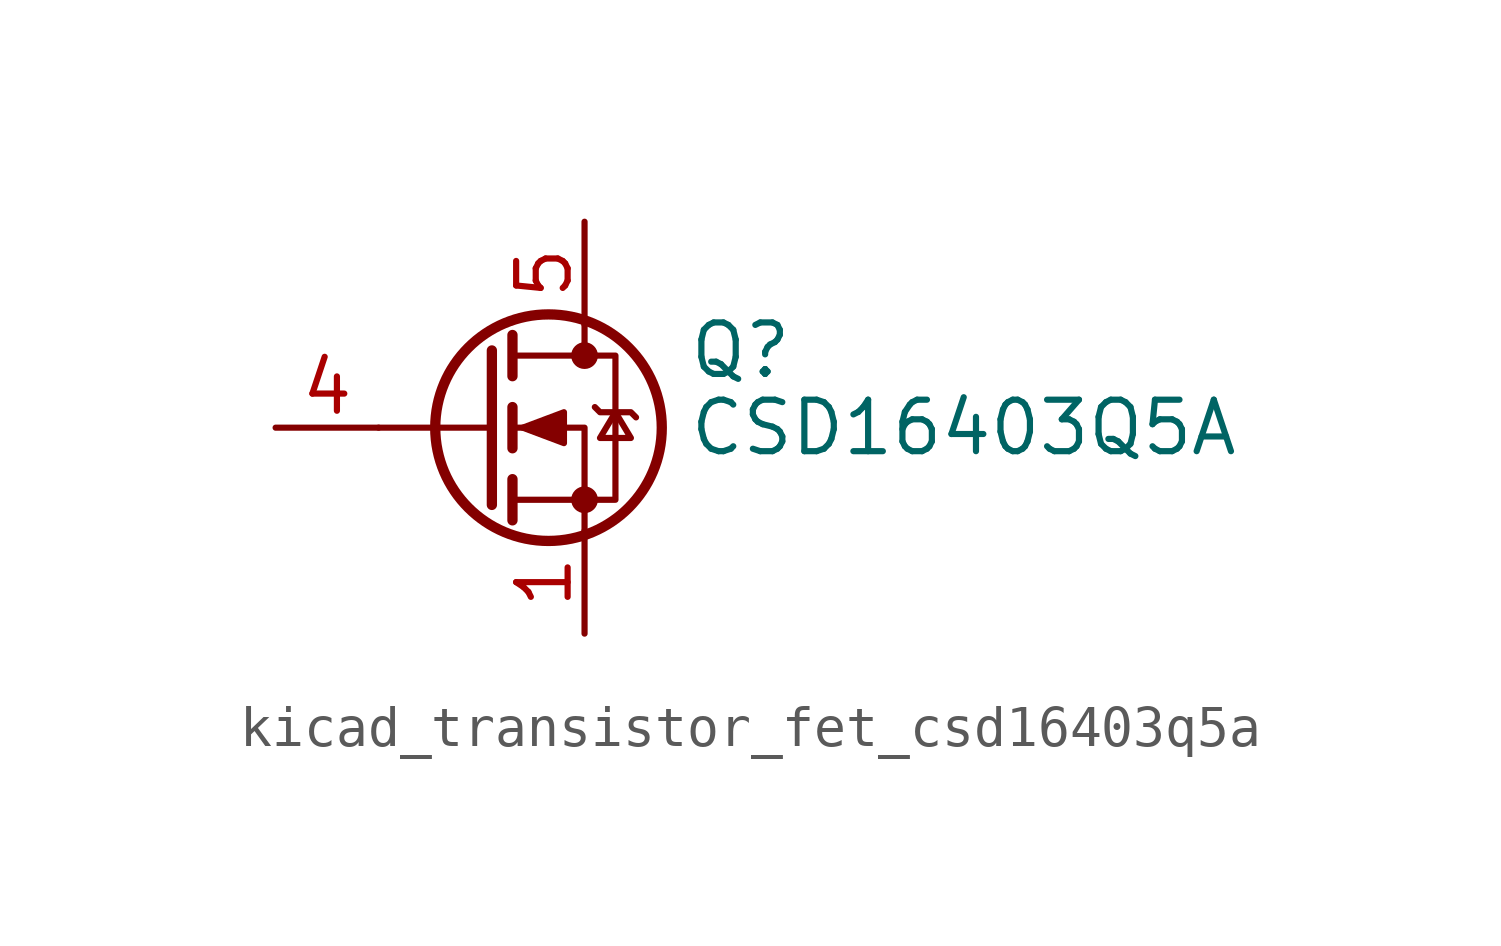
<source format=kicad_sym>
(kicad_symbol_lib
  (version 20220914)
  (generator kicad_symbol_editor)
  (symbol "kicad_transistor_fet_csd16403q5a"
    (pin_names hide)
    (property "Reference" "Q"
      (at 5.08 1.905 0)
      (effects (font (size 1.27 1.27)) (justify left)))
    (property "Value" "CSD16403Q5A"
      (at 5.08 0 0)
      (effects (font (size 1.27 1.27)) (justify left)))
    (symbol "kicad_transistor_fet_csd16403q5a_0_1"
      (polyline (pts (xy 0.254 0) (xy -2.54 0)) (stroke (width 0) (type default)) (fill (type none)))
      (polyline (pts (xy 0.254 1.905) (xy 0.254 -1.905)) (stroke (width 0.254) (type default)) (fill (type none)))
      (polyline (pts (xy 0.762 -1.27) (xy 0.762 -2.286)) (stroke (width 0.254) (type default)) (fill (type none)))
      (polyline (pts (xy 0.762 0.508) (xy 0.762 -0.508)) (stroke (width 0.254) (type default)) (fill (type none)))
      (polyline (pts (xy 0.762 2.286) (xy 0.762 1.27)) (stroke (width 0.254) (type default)) (fill (type none)))
      (polyline (pts (xy 2.54 2.54) (xy 2.54 1.778)) (stroke (width 0) (type default)) (fill (type none)))
      (polyline (pts (xy 2.54 -2.54) (xy 2.54 0) (xy 0.762 0)) (stroke (width 0) (type default)) (fill (type none)))
      (polyline (pts (xy 0.762 -1.778) (xy 3.302 -1.778) (xy 3.302 1.778) (xy 0.762 1.778)) (stroke (width 0) (type default)) (fill (type none)))
      (polyline (pts (xy 1.016 0) (xy 2.032 0.381) (xy 2.032 -0.381) (xy 1.016 0)) (stroke (width 0) (type default)) (fill (type outline)))
      (polyline (pts (xy 2.794 0.508) (xy 2.921 0.381) (xy 3.683 0.381) (xy 3.81 0.254)) (stroke (width 0) (type default)) (fill (type none)))
      (polyline (pts (xy 3.302 0.381) (xy 2.921 -0.254) (xy 3.683 -0.254) (xy 3.302 0.381)) (stroke (width 0) (type default)) (fill (type none)))
      (circle (center 1.651 0) (radius 2.794) (stroke (width 0.254) (type default)) (fill (type none)))
      (circle (center 2.54 -1.778) (radius 0.254) (stroke (width 0) (type default)) (fill (type outline)))
      (circle (center 2.54 1.778) (radius 0.254) (stroke (width 0) (type default)) (fill (type outline))))
    (symbol "kicad_transistor_fet_csd16403q5a_1_1"
      (pin passive line (at 2.54 -5.08 90) (length 2.54) (name "S" (effects (font (size 1.27 1.27)))) (number "1" (effects (font (size 1.27 1.27)))))
      (pin passive line (at 2.54 -5.08 90) (length 2.54) hide (name "S" (effects (font (size 1.27 1.27)))) (number "2" (effects (font (size 1.27 1.27)))))
      (pin passive line (at 2.54 -5.08 90) (length 2.54) hide (name "S" (effects (font (size 1.27 1.27)))) (number "3" (effects (font (size 1.27 1.27)))))
      (pin passive line (at -5.08 0 0) (length 2.54) (name "G" (effects (font (size 1.27 1.27)))) (number "4" (effects (font (size 1.27 1.27)))))
      (pin passive line (at 2.54 5.08 270) (length 2.54) (name "D" (effects (font (size 1.27 1.27)))) (number "5" (effects (font (size 1.27 1.27))))))))
</source>
